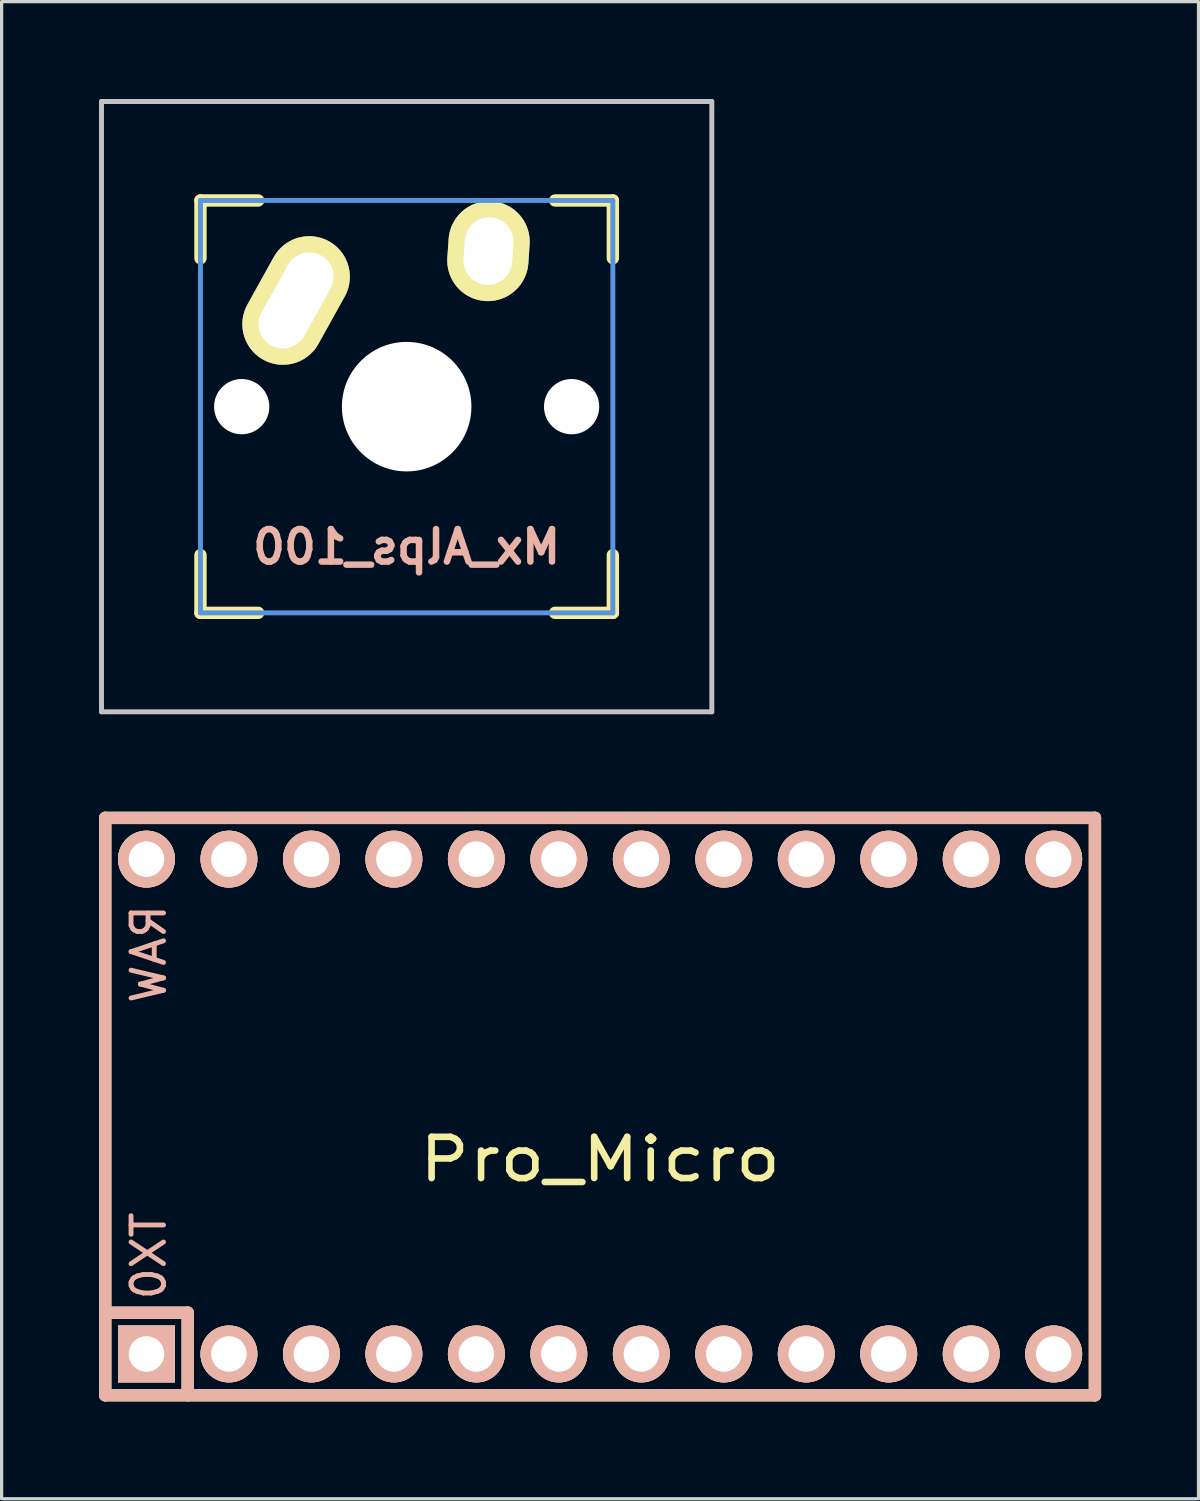
<source format=kicad_pcb>
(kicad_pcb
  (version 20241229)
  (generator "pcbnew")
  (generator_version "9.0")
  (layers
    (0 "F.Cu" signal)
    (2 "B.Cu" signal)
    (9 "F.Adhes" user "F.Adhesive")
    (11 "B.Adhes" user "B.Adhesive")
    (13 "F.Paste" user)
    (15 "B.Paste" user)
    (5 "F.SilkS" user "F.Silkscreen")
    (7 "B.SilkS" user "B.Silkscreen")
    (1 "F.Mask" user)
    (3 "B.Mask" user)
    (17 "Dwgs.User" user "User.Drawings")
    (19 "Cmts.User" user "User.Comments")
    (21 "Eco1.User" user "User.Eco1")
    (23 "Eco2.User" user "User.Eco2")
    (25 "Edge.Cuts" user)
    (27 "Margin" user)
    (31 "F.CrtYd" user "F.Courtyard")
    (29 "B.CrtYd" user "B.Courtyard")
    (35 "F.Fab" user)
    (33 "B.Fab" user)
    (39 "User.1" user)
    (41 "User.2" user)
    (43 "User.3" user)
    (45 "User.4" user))
  (footprint "Mx_Alps_100"
    (layer "F.Cu")
    (at 9.474 9.474)
    (property "Reference" "Mx_Alps_100" (at 0 4.318 0) (layer "B.SilkS") (effects (font (size 1 1) (thickness 0.2)) (justify mirror)))
    (attr through_hole)
    (fp_line (start -6.35 -6.35) (end -4.572 -6.35) (stroke (width 0.381) (type solid)) (layer "F.SilkS"))
    (fp_line (start -6.35 -4.572) (end -6.35 -6.35) (stroke (width 0.381) (type solid)) (layer "F.SilkS"))
    (fp_line (start -6.35 6.35) (end -6.35 4.572) (stroke (width 0.381) (type solid)) (layer "F.SilkS"))
    (fp_line (start -4.572 6.35) (end -6.35 6.35) (stroke (width 0.381) (type solid)) (layer "F.SilkS"))
    (fp_line (start 4.572 -6.35) (end 6.35 -6.35) (stroke (width 0.381) (type solid)) (layer "F.SilkS"))
    (fp_line (start 6.35 -6.35) (end 6.35 -4.572) (stroke (width 0.381) (type solid)) (layer "F.SilkS"))
    (fp_line (start 6.35 4.572) (end 6.35 6.35) (stroke (width 0.381) (type solid)) (layer "F.SilkS"))
    (fp_line (start 6.35 6.35) (end 4.572 6.35) (stroke (width 0.381) (type solid)) (layer "F.SilkS"))
    (fp_line (start -9.398 -9.398) (end 9.398 -9.398) (stroke (width 0.152) (type solid)) (layer "Dwgs.User"))
    (fp_line (start -9.398 9.398) (end -9.398 -9.398) (stroke (width 0.152) (type solid)) (layer "Dwgs.User"))
    (fp_line (start 9.398 -9.398) (end 9.398 9.398) (stroke (width 0.152) (type solid)) (layer "Dwgs.User"))
    (fp_line (start 9.398 9.398) (end -9.398 9.398) (stroke (width 0.152) (type solid)) (layer "Dwgs.User"))
    (fp_line (start -6.35 -6.35) (end 6.35 -6.35) (stroke (width 0.152) (type solid)) (layer "Cmts.User"))
    (fp_line (start -6.35 6.35) (end -6.35 -6.35) (stroke (width 0.152) (type solid)) (layer "Cmts.User"))
    (fp_line (start 6.35 -6.35) (end 6.35 6.35) (stroke (width 0.152) (type solid)) (layer "Cmts.User"))
    (fp_line (start 6.35 6.35) (end -6.35 6.35) (stroke (width 0.152) (type solid)) (layer "Cmts.User"))
    (fp_line (start -6.985 -6.985) (end 6.985 -6.985) (stroke (width 0.152) (type solid)) (layer "Eco2.User"))
    (fp_line (start -6.985 6.985) (end -6.985 -6.985) (stroke (width 0.152) (type solid)) (layer "Eco2.User"))
    (fp_line (start 6.985 -6.985) (end 6.985 6.985) (stroke (width 0.152) (type solid)) (layer "Eco2.User"))
    (fp_line (start 6.985 6.985) (end -6.985 6.985) (stroke (width 0.152) (type solid)) (layer "Eco2.User"))
    (pad "" np_thru_hole circle (at -5.08 0) (size 1.702 1.702) (drill 1.702) (layers "*.Cu"))
    (pad "" np_thru_hole circle (at 0 0) (size 3.988 3.988) (drill 3.988) (layers "*.Cu"))
    (pad "" np_thru_hole circle (at 5.08 0) (size 1.702 1.702) (drill 1.702) (layers "*.Cu"))
    (pad "SW1" thru_hole oval (at -3.405 -3.27 330.95) (size 2.5 4.17) (drill oval 1.5 3.17) (layers "*.Cu" "*.Mask" "F.SilkS"))
    (pad "SW2" thru_hole oval (at 2.52 -4.79 356.1) (size 2.5 3.08) (drill oval 1.5 2.08) (layers "*.Cu" "*.Mask" "F.SilkS")))
  (footprint "Pro_Micro"
    (layer "F.Cu")
    (at 15.431 31.029)
    (property "Reference" "Pro_Micro" (at 0 1.625 0) (layer "F.SilkS") (effects (font (size 1.27 1.524) (thickness 0.203))))
    (attr through_hole)
    (fp_line (start -15.24 -8.89) (end -15.24 8.89) (stroke (width 0.381) (type solid)) (layer "F.SilkS"))
    (fp_line (start -15.24 6.35) (end -12.7 6.35) (stroke (width 0.381) (type solid)) (layer "F.SilkS"))
    (fp_line (start -15.24 8.89) (end 15.24 8.89) (stroke (width 0.381) (type solid)) (layer "F.SilkS"))
    (fp_line (start -12.7 6.35) (end -12.7 8.89) (stroke (width 0.381) (type solid)) (layer "F.SilkS"))
    (fp_line (start 15.24 -8.89) (end -15.24 -8.89) (stroke (width 0.381) (type solid)) (layer "F.SilkS"))
    (fp_line (start 15.24 8.89) (end 15.24 -8.89) (stroke (width 0.381) (type solid)) (layer "F.SilkS"))
    (fp_line (start -15.24 -8.89) (end -15.24 8.89) (stroke (width 0.381) (type solid)) (layer "B.SilkS"))
    (fp_line (start -15.24 6.35) (end -12.7 6.35) (stroke (width 0.381) (type solid)) (layer "B.SilkS"))
    (fp_line (start -15.24 8.89) (end 15.24 8.89) (stroke (width 0.381) (type solid)) (layer "B.SilkS"))
    (fp_line (start -12.7 6.35) (end -12.7 8.89) (stroke (width 0.381) (type solid)) (layer "B.SilkS"))
    (fp_line (start 15.24 -8.89) (end -15.24 -8.89) (stroke (width 0.381) (type solid)) (layer "B.SilkS"))
    (fp_line (start 15.24 8.89) (end 15.24 -8.89) (stroke (width 0.381) (type solid)) (layer "B.SilkS"))
    (fp_text user "TX0" (at -13.9 4.6 90) (layer "B.SilkS") (effects (font (size 1 1) (thickness 0.15)) (justify mirror)))
    (fp_text user "RAW" (at -13.9 -4.7 90) (layer "B.SilkS") (effects (font (size 1 1) (thickness 0.15)) (justify mirror)))
    (pad "1" thru_hole rect (at -13.97 7.62) (size 1.753 1.753) (drill 1.092) (layers "*.Cu" "*.SilkS" "*.Mask"))
    (pad "2" thru_hole circle (at -11.43 7.62) (size 1.753 1.753) (drill 1.092) (layers "*.Cu" "*.SilkS" "*.Mask"))
    (pad "3" thru_hole circle (at -8.89 7.62) (size 1.753 1.753) (drill 1.092) (layers "*.Cu" "*.SilkS" "*.Mask"))
    (pad "4" thru_hole circle (at -6.35 7.62) (size 1.753 1.753) (drill 1.092) (layers "*.Cu" "*.SilkS" "*.Mask"))
    (pad "5" thru_hole circle (at -3.81 7.62) (size 1.753 1.753) (drill 1.092) (layers "*.Cu" "*.SilkS" "*.Mask"))
    (pad "6" thru_hole circle (at -1.27 7.62) (size 1.753 1.753) (drill 1.092) (layers "*.Cu" "*.SilkS" "*.Mask"))
    (pad "7" thru_hole circle (at 1.27 7.62) (size 1.753 1.753) (drill 1.092) (layers "*.Cu" "*.SilkS" "*.Mask"))
    (pad "8" thru_hole circle (at 3.81 7.62) (size 1.753 1.753) (drill 1.092) (layers "*.Cu" "*.SilkS" "*.Mask"))
    (pad "9" thru_hole circle (at 6.35 7.62) (size 1.753 1.753) (drill 1.092) (layers "*.Cu" "*.SilkS" "*.Mask"))
    (pad "10" thru_hole circle (at 8.89 7.62) (size 1.753 1.753) (drill 1.092) (layers "*.Cu" "*.SilkS" "*.Mask"))
    (pad "11" thru_hole circle (at 11.43 7.62) (size 1.753 1.753) (drill 1.092) (layers "*.Cu" "*.SilkS" "*.Mask"))
    (pad "12" thru_hole circle (at 13.97 7.62) (size 1.753 1.753) (drill 1.092) (layers "*.Cu" "*.SilkS" "*.Mask"))
    (pad "13" thru_hole circle (at -13.97 -7.62) (size 1.753 1.753) (drill 1.092) (layers "*.Cu" "*.SilkS" "*.Mask"))
    (pad "14" thru_hole circle (at -11.43 -7.62) (size 1.753 1.753) (drill 1.092) (layers "*.Cu" "*.SilkS" "*.Mask"))
    (pad "15" thru_hole circle (at -8.89 -7.62) (size 1.753 1.753) (drill 1.092) (layers "*.Cu" "*.SilkS" "*.Mask"))
    (pad "16" thru_hole circle (at -6.35 -7.62) (size 1.753 1.753) (drill 1.092) (layers "*.Cu" "*.SilkS" "*.Mask"))
    (pad "17" thru_hole circle (at -3.81 -7.62) (size 1.753 1.753) (drill 1.092) (layers "*.Cu" "*.SilkS" "*.Mask"))
    (pad "18" thru_hole circle (at -1.27 -7.62) (size 1.753 1.753) (drill 1.092) (layers "*.Cu" "*.SilkS" "*.Mask"))
    (pad "19" thru_hole circle (at 1.27 -7.62) (size 1.753 1.753) (drill 1.092) (layers "*.Cu" "*.SilkS" "*.Mask"))
    (pad "20" thru_hole circle (at 3.81 -7.62) (size 1.753 1.753) (drill 1.092) (layers "*.Cu" "*.SilkS" "*.Mask"))
    (pad "21" thru_hole circle (at 6.35 -7.62) (size 1.753 1.753) (drill 1.092) (layers "*.Cu" "*.SilkS" "*.Mask"))
    (pad "22" thru_hole circle (at 8.89 -7.62) (size 1.753 1.753) (drill 1.092) (layers "*.Cu" "*.SilkS" "*.Mask"))
    (pad "23" thru_hole circle (at 11.43 -7.62) (size 1.753 1.753) (drill 1.092) (layers "*.Cu" "*.SilkS" "*.Mask"))
    (pad "24" thru_hole circle (at 13.97 -7.62) (size 1.753 1.753) (drill 1.092) (layers "*.Cu" "*.SilkS" "*.Mask")))
  (gr_rect
    (start -3 -3)
    (end 33.861 43.109)
    (stroke (width 0.1) (type default))
    (fill no)
    (layer "Edge.Cuts")))
</source>
